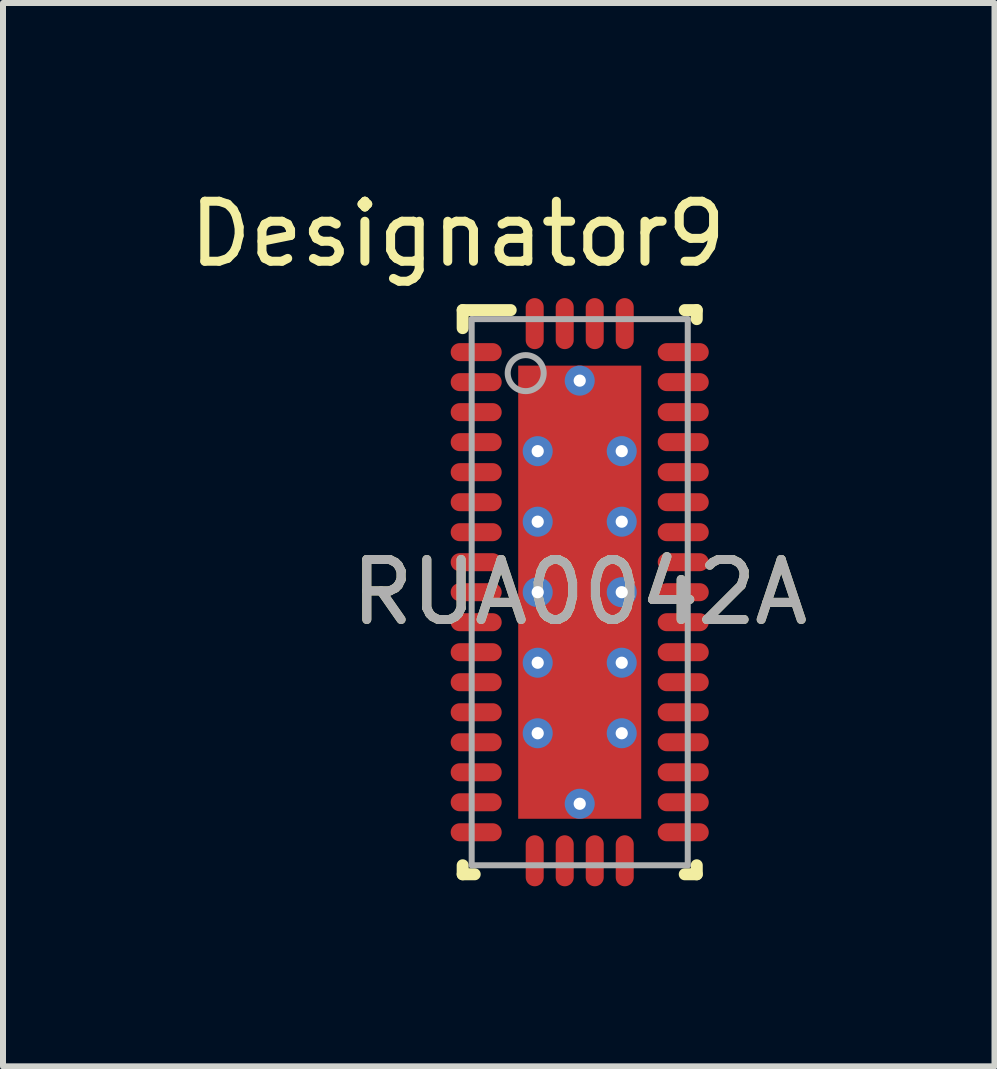
<source format=kicad_pcb>
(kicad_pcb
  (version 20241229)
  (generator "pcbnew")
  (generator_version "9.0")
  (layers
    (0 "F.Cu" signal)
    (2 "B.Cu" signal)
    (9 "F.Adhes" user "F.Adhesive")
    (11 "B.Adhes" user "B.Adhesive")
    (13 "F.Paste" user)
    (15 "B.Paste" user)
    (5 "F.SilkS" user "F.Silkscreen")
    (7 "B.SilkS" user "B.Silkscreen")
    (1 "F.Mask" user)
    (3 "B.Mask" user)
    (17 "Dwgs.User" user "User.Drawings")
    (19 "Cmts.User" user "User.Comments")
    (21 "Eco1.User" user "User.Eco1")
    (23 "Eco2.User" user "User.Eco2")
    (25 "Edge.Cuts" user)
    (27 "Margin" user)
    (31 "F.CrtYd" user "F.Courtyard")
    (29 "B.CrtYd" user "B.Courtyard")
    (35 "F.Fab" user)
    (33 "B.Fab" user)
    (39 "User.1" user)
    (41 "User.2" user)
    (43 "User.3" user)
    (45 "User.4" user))
  (footprint "RUA0042A"
    (layer "F.Cu")
    (at 6.609 6.817)
    (property "Reference" "RUA0042A" (at 0 0 0) (unlocked yes) (layer "F.SilkS") (effects (font (size 1 1) (thickness 0.15))))
    (attr smd)
    (fp_line (start -1.95 -4.7) (end -1.15 -4.7) (stroke (width 0.2) (type solid)) (layer "F.SilkS"))
    (fp_line (start -1.95 -4.4) (end -1.95 -4.7) (stroke (width 0.2) (type solid)) (layer "F.SilkS"))
    (fp_line (start -1.95 4.7) (end -1.95 4.55) (stroke (width 0.2) (type solid)) (layer "F.SilkS"))
    (fp_line (start -1.95 4.7) (end -1.75 4.7) (stroke (width 0.2) (type solid)) (layer "F.SilkS"))
    (fp_line (start 1.75 -4.7) (end 1.95 -4.7) (stroke (width 0.2) (type solid)) (layer "F.SilkS"))
    (fp_line (start 1.75 4.7) (end 1.95 4.7) (stroke (width 0.2) (type solid)) (layer "F.SilkS"))
    (fp_line (start 1.95 -4.55) (end 1.95 -4.7) (stroke (width 0.2) (type solid)) (layer "F.SilkS"))
    (fp_line (start 1.95 4.7) (end 1.95 4.55) (stroke (width 0.2) (type solid)) (layer "F.SilkS"))
    (fp_poly (pts (xy -0.1 -3.425) (xy -1.017 -3.425) (xy -1.017 -2.45) (xy -0.1 -2.45)) (stroke (width 0) (type solid)) (fill yes) (layer "F.Paste"))
    (fp_poly (pts (xy -0.1 -2.25) (xy -1.017 -2.25) (xy -1.017 -1.275) (xy -0.1 -1.275)) (stroke (width 0) (type solid)) (fill yes) (layer "F.Paste"))
    (fp_poly (pts (xy -0.1 -1.075) (xy -1.017 -1.075) (xy -1.017 -0.1) (xy -0.1 -0.1)) (stroke (width 0) (type solid)) (fill yes) (layer "F.Paste"))
    (fp_poly (pts (xy -0.1 0.1) (xy -1.017 0.1) (xy -1.017 1.075) (xy -0.1 1.075)) (stroke (width 0) (type solid)) (fill yes) (layer "F.Paste"))
    (fp_poly (pts (xy -0.1 1.275) (xy -1.017 1.275) (xy -1.017 2.25) (xy -0.1 2.25)) (stroke (width 0) (type solid)) (fill yes) (layer "F.Paste"))
    (fp_poly (pts (xy -0.1 2.45) (xy -1.017 2.45) (xy -1.017 3.425) (xy -0.1 3.425)) (stroke (width 0) (type solid)) (fill yes) (layer "F.Paste"))
    (fp_poly (pts (xy 0.1 -2.45) (xy 1.017 -2.45) (xy 1.017 -3.425) (xy 0.1 -3.425)) (stroke (width 0) (type solid)) (fill yes) (layer "F.Paste"))
    (fp_poly (pts (xy 0.1 -1.275) (xy 1.017 -1.275) (xy 1.017 -2.25) (xy 0.1 -2.25)) (stroke (width 0) (type solid)) (fill yes) (layer "F.Paste"))
    (fp_poly (pts (xy 0.1 -0.1) (xy 1.017 -0.1) (xy 1.017 -1.075) (xy 0.1 -1.075)) (stroke (width 0) (type solid)) (fill yes) (layer "F.Paste"))
    (fp_poly (pts (xy 0.1 1.075) (xy 1.017 1.075) (xy 1.017 0.1) (xy 0.1 0.1)) (stroke (width 0) (type solid)) (fill yes) (layer "F.Paste"))
    (fp_poly (pts (xy 0.1 2.25) (xy 1.017 2.25) (xy 1.017 1.275) (xy 0.1 1.275)) (stroke (width 0) (type solid)) (fill yes) (layer "F.Paste"))
    (fp_poly (pts (xy 0.1 3.425) (xy 1.017 3.425) (xy 1.017 2.45) (xy 0.1 2.45)) (stroke (width 0) (type solid)) (fill yes) (layer "F.Paste"))
    (fp_line (start -1.8 -4.55) (end 1.8 -4.55) (stroke (width 0.1) (type solid)) (layer "F.Fab"))
    (fp_line (start -1.8 4.55) (end -1.8 -4.55) (stroke (width 0.1) (type solid)) (layer "F.Fab"))
    (fp_line (start -1.8 4.55) (end 1.8 4.55) (stroke (width 0.1) (type solid)) (layer "F.Fab"))
    (fp_line (start 1.8 4.55) (end 1.8 -4.55) (stroke (width 0.1) (type solid)) (layer "F.Fab"))
    (fp_circle (center -0.9 -3.65) (end -0.6 -3.65) (stroke (width 0.1) (type solid)) (fill no) (layer "F.Fab"))
    (fp_text user "Designator9" (at -2.032 -5.969 0) (unlocked yes) (layer "F.SilkS") (effects (font (size 1 1) (thickness 0.15))))
    (fp_text user "${REFERENCE}" (at 0 0 0) (unlocked yes) (layer "F.Fab") (effects (font (size 1 1) (thickness 0.15))))
    (pad "1" smd oval (at -1.725 -4 90) (size 0.3 0.85) (layers "F.Cu" "F.Mask" "F.Paste"))
    (pad "2" smd oval (at -1.725 -3.5 90) (size 0.3 0.85) (layers "F.Cu" "F.Mask" "F.Paste"))
    (pad "3" smd oval (at -1.725 -3 90) (size 0.3 0.85) (layers "F.Cu" "F.Mask" "F.Paste"))
    (pad "4" smd oval (at -1.725 -2.5 90) (size 0.3 0.85) (layers "F.Cu" "F.Mask" "F.Paste"))
    (pad "5" smd oval (at -1.725 -2 90) (size 0.3 0.85) (layers "F.Cu" "F.Mask" "F.Paste"))
    (pad "6" smd oval (at -1.725 -1.5 90) (size 0.3 0.85) (layers "F.Cu" "F.Mask" "F.Paste"))
    (pad "7" smd oval (at -1.725 -1 90) (size 0.3 0.85) (layers "F.Cu" "F.Mask" "F.Paste"))
    (pad "8" smd oval (at -1.725 -0.5 90) (size 0.3 0.85) (layers "F.Cu" "F.Mask" "F.Paste"))
    (pad "9" smd oval (at -1.725 0 90) (size 0.3 0.85) (layers "F.Cu" "F.Mask" "F.Paste"))
    (pad "10" smd oval (at -1.725 0.5 90) (size 0.3 0.85) (layers "F.Cu" "F.Mask" "F.Paste"))
    (pad "11" smd oval (at -1.725 1 90) (size 0.3 0.85) (layers "F.Cu" "F.Mask" "F.Paste"))
    (pad "12" smd oval (at -1.725 1.5 90) (size 0.3 0.85) (layers "F.Cu" "F.Mask" "F.Paste"))
    (pad "13" smd oval (at -1.725 2 90) (size 0.3 0.85) (layers "F.Cu" "F.Mask" "F.Paste"))
    (pad "14" smd oval (at -1.725 2.5 90) (size 0.3 0.85) (layers "F.Cu" "F.Mask" "F.Paste"))
    (pad "15" smd oval (at -1.725 3 90) (size 0.3 0.85) (layers "F.Cu" "F.Mask" "F.Paste"))
    (pad "16" smd oval (at -1.725 3.5 90) (size 0.3 0.85) (layers "F.Cu" "F.Mask" "F.Paste"))
    (pad "17" smd oval (at -1.725 4 90) (size 0.3 0.85) (layers "F.Cu" "F.Mask" "F.Paste"))
    (pad "18" smd oval (at -0.75 4.475) (size 0.3 0.85) (layers "F.Cu" "F.Mask" "F.Paste"))
    (pad "19" smd oval (at -0.25 4.475) (size 0.3 0.85) (layers "F.Cu" "F.Mask" "F.Paste"))
    (pad "20" smd oval (at 0.25 4.475) (size 0.3 0.85) (layers "F.Cu" "F.Mask" "F.Paste"))
    (pad "21" smd oval (at 0.75 4.475) (size 0.3 0.85) (layers "F.Cu" "F.Mask" "F.Paste"))
    (pad "22" smd oval (at 1.725 4 90) (size 0.3 0.85) (layers "F.Cu" "F.Mask" "F.Paste"))
    (pad "23" smd oval (at 1.725 3.5 90) (size 0.3 0.85) (layers "F.Cu" "F.Mask" "F.Paste"))
    (pad "24" smd oval (at 1.725 3 90) (size 0.3 0.85) (layers "F.Cu" "F.Mask" "F.Paste"))
    (pad "25" smd oval (at 1.725 2.5 90) (size 0.3 0.85) (layers "F.Cu" "F.Mask" "F.Paste"))
    (pad "26" smd oval (at 1.725 2 90) (size 0.3 0.85) (layers "F.Cu" "F.Mask" "F.Paste"))
    (pad "27" smd oval (at 1.725 1.5 90) (size 0.3 0.85) (layers "F.Cu" "F.Mask" "F.Paste"))
    (pad "28" smd oval (at 1.725 1 90) (size 0.3 0.85) (layers "F.Cu" "F.Mask" "F.Paste"))
    (pad "29" smd oval (at 1.725 0.5 90) (size 0.3 0.85) (layers "F.Cu" "F.Mask" "F.Paste"))
    (pad "30" smd oval (at 1.725 0 90) (size 0.3 0.85) (layers "F.Cu" "F.Mask" "F.Paste"))
    (pad "31" smd oval (at 1.725 -0.5 90) (size 0.3 0.85) (layers "F.Cu" "F.Mask" "F.Paste"))
    (pad "32" smd oval (at 1.725 -1 90) (size 0.3 0.85) (layers "F.Cu" "F.Mask" "F.Paste"))
    (pad "33" smd oval (at 1.725 -1.5 90) (size 0.3 0.85) (layers "F.Cu" "F.Mask" "F.Paste"))
    (pad "34" smd oval (at 1.725 -2 90) (size 0.3 0.85) (layers "F.Cu" "F.Mask" "F.Paste"))
    (pad "35" smd oval (at 1.725 -2.5 90) (size 0.3 0.85) (layers "F.Cu" "F.Mask" "F.Paste"))
    (pad "36" smd oval (at 1.725 -3 90) (size 0.3 0.85) (layers "F.Cu" "F.Mask" "F.Paste"))
    (pad "37" smd oval (at 1.725 -3.5 90) (size 0.3 0.85) (layers "F.Cu" "F.Mask" "F.Paste"))
    (pad "38" smd oval (at 1.725 -4 90) (size 0.3 0.85) (layers "F.Cu" "F.Mask" "F.Paste"))
    (pad "39" smd oval (at 0.75 -4.475) (size 0.3 0.85) (layers "F.Cu" "F.Mask" "F.Paste"))
    (pad "40" smd oval (at 0.25 -4.475) (size 0.3 0.85) (layers "F.Cu" "F.Mask" "F.Paste"))
    (pad "41" smd oval (at -0.25 -4.475) (size 0.3 0.85) (layers "F.Cu" "F.Mask" "F.Paste"))
    (pad "42" smd oval (at -0.75 -4.475) (size 0.3 0.85) (layers "F.Cu" "F.Mask" "F.Paste"))
    (pad "43" smd rect (at 0 0) (size 2.05 7.55) (layers "F.Cu" "F.Mask"))
    (pad "V" thru_hole circle (at -0.7 -2.35) (size 0.5 0.5) (drill 0.203) (layers "*.Cu" "*.Mask"))
    (pad "V" thru_hole circle (at -0.7 -1.175) (size 0.5 0.5) (drill 0.203) (layers "*.Cu" "*.Mask"))
    (pad "V" thru_hole circle (at -0.7 0) (size 0.5 0.5) (drill 0.203) (layers "*.Cu" "*.Mask"))
    (pad "V" thru_hole circle (at -0.7 1.175) (size 0.5 0.5) (drill 0.203) (layers "*.Cu" "*.Mask"))
    (pad "V" thru_hole circle (at -0.7 2.35) (size 0.5 0.5) (drill 0.203) (layers "*.Cu" "*.Mask"))
    (pad "V" thru_hole circle (at 0 -3.525) (size 0.5 0.5) (drill 0.203) (layers "*.Cu" "*.Mask"))
    (pad "V" thru_hole circle (at 0 3.525) (size 0.5 0.5) (drill 0.203) (layers "*.Cu" "*.Mask"))
    (pad "V" thru_hole circle (at 0.7 -2.35) (size 0.5 0.5) (drill 0.203) (layers "*.Cu" "*.Mask"))
    (pad "V" thru_hole circle (at 0.7 -1.175) (size 0.5 0.5) (drill 0.203) (layers "*.Cu" "*.Mask"))
    (pad "V" thru_hole circle (at 0.7 0) (size 0.5 0.5) (drill 0.203) (layers "*.Cu" "*.Mask"))
    (pad "V" thru_hole circle (at 0.7 1.175) (size 0.5 0.5) (drill 0.203) (layers "*.Cu" "*.Mask"))
    (pad "V" thru_hole circle (at 0.7 2.35) (size 0.5 0.5) (drill 0.203) (layers "*.Cu" "*.Mask")))
  (gr_rect
    (start -3 -3)
    (end 13.52 14.717)
    (stroke (width 0.1) (type default))
    (fill no)
    (layer "Edge.Cuts")))
</source>
